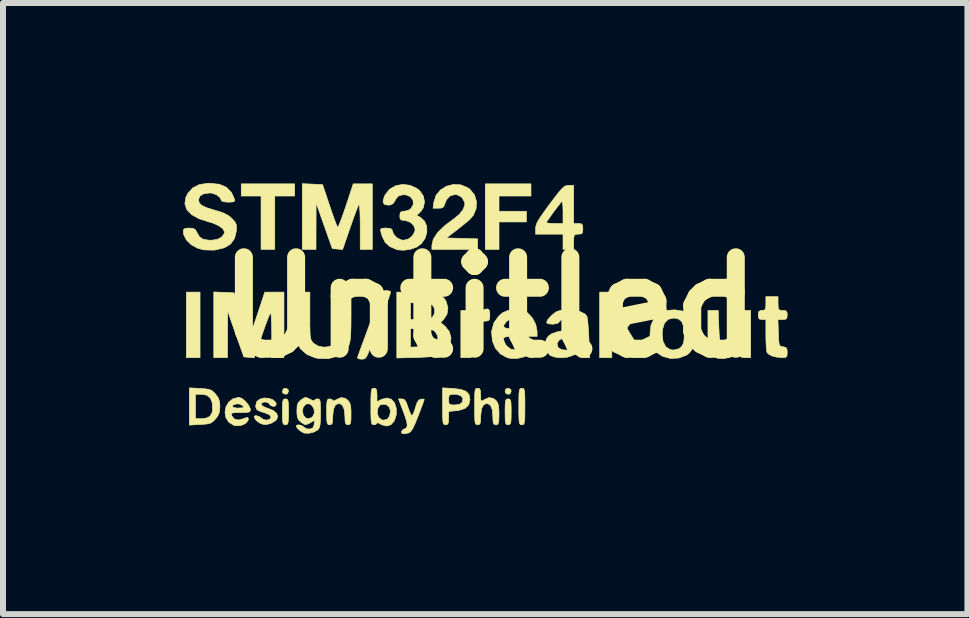
<source format=kicad_pcb>
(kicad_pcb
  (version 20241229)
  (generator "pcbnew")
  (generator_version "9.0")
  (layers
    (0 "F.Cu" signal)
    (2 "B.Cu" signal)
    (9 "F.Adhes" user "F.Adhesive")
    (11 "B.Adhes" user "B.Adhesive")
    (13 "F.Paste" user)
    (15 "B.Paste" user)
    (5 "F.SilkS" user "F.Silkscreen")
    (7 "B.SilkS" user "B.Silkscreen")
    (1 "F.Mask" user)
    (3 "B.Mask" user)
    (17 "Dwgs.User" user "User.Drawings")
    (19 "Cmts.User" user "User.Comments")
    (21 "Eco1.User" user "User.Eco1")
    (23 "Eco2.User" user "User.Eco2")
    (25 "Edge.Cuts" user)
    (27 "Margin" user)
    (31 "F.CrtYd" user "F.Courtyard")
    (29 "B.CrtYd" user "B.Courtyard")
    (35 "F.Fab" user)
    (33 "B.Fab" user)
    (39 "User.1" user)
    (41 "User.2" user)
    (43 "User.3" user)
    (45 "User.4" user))
  (footprint "Untitled"
    (layer "F.Cu")
    (at 5.116 2.074)
    (property "Reference" "Untitled" (at 0 0 0) (layer "F.SilkS") (effects (font (size 1.524 1.524) (thickness 0.3))))
    (attr through_hole)
    (fp_poly (pts (xy -4.831 0.839) (xy -5.06 0.839) (xy -5.06 -0.254) (xy -4.831 -0.254) (xy -4.831 0.839)) (stroke (width 0.01) (type solid)) (fill yes) (layer "F.SilkS"))
    (fp_poly (pts (xy -3.365 1.366) (xy -3.356 1.398) (xy -3.374 1.441) (xy -3.407 1.449) (xy -3.45 1.431) (xy -3.458 1.398) (xy -3.44 1.356) (xy -3.407 1.348) (xy -3.365 1.366)) (stroke (width 0.01) (type solid)) (fill yes) (layer "F.SilkS"))
    (fp_poly (pts (xy -3.254 -1.856) (xy -3.585 -1.856) (xy -3.585 -0.966) (xy -3.814 -0.966) (xy -3.814 -1.856) (xy -4.144 -1.856) (xy -4.144 -2.059) (xy -3.254 -2.059) (xy -3.254 -1.856)) (stroke (width 0.01) (type solid)) (fill yes) (layer "F.SilkS"))
    (fp_poly (pts (xy 0.348 1.366) (xy 0.356 1.398) (xy 0.338 1.441) (xy 0.305 1.449) (xy 0.263 1.431) (xy 0.254 1.398) (xy 0.272 1.356) (xy 0.305 1.348) (xy 0.348 1.366)) (stroke (width 0.01) (type solid)) (fill yes) (layer "F.SilkS"))
    (fp_poly (pts (xy 0.686 -1.856) (xy 0.153 -1.856) (xy 0.153 -1.602) (xy 0.61 -1.602) (xy 0.61 -1.424) (xy 0.153 -1.424) (xy 0.153 -0.966) (xy -0.076 -0.966) (xy -0.076 -2.059) (xy 0.686 -2.059) (xy 0.686 -1.856)) (stroke (width 0.01) (type solid)) (fill yes) (layer "F.SilkS"))
    (fp_poly (pts (xy -3.382 1.53) (xy -3.367 1.548) (xy -3.359 1.592) (xy -3.356 1.669) (xy -3.356 1.742) (xy -3.357 1.847) (xy -3.362 1.911) (xy -3.372 1.944) (xy -3.39 1.956) (xy -3.407 1.958) (xy -3.432 1.954) (xy -3.447 1.935) (xy -3.455 1.892) (xy -3.458 1.814) (xy -3.458 1.742) (xy -3.457 1.637) (xy -3.453 1.572) (xy -3.442 1.539) (xy -3.424 1.527) (xy -3.407 1.526) (xy -3.382 1.53)) (stroke (width 0.01) (type solid)) (fill yes) (layer "F.SilkS"))
    (fp_poly (pts (xy 0.33 1.53) (xy 0.345 1.548) (xy 0.353 1.592) (xy 0.356 1.669) (xy 0.356 1.742) (xy 0.355 1.847) (xy 0.351 1.911) (xy 0.34 1.944) (xy 0.322 1.956) (xy 0.305 1.958) (xy 0.28 1.954) (xy 0.265 1.935) (xy 0.257 1.892) (xy 0.255 1.814) (xy 0.254 1.742) (xy 0.255 1.637) (xy 0.26 1.572) (xy 0.27 1.539) (xy 0.288 1.527) (xy 0.305 1.526) (xy 0.33 1.53)) (stroke (width 0.01) (type solid)) (fill yes) (layer "F.SilkS"))
    (fp_poly (pts (xy 0.555 1.351) (xy 0.57 1.365) (xy 0.579 1.4) (xy 0.583 1.463) (xy 0.585 1.563) (xy 0.585 1.653) (xy 0.584 1.781) (xy 0.582 1.868) (xy 0.576 1.92) (xy 0.566 1.947) (xy 0.549 1.957) (xy 0.534 1.958) (xy 0.512 1.955) (xy 0.498 1.94) (xy 0.489 1.906) (xy 0.485 1.842) (xy 0.483 1.742) (xy 0.483 1.653) (xy 0.484 1.524) (xy 0.486 1.437) (xy 0.492 1.385) (xy 0.502 1.358) (xy 0.519 1.349) (xy 0.534 1.348) (xy 0.555 1.351)) (stroke (width 0.01) (type solid)) (fill yes) (layer "F.SilkS"))
    (fp_poly (pts (xy -0.013 0.04) (xy -0.001 0.092) (xy 0 0.127) (xy -0.003 0.192) (xy -0.019 0.221) (xy -0.062 0.229) (xy -0.085 0.229) (xy -0.178 0.252) (xy -0.228 0.291) (xy -0.256 0.328) (xy -0.275 0.374) (xy -0.288 0.441) (xy -0.296 0.542) (xy -0.299 0.596) (xy -0.312 0.839) (xy -0.483 0.839) (xy -0.483 0.051) (xy -0.394 0.051) (xy -0.334 0.055) (xy -0.31 0.077) (xy -0.305 0.119) (xy -0.305 0.187) (xy -0.248 0.135) (xy -0.161 0.069) (xy -0.078 0.031) (xy -0.04 0.025) (xy -0.013 0.04)) (stroke (width 0.01) (type solid)) (fill yes) (layer "F.SilkS"))
    (fp_poly (pts (xy -1.673 -0.273) (xy -1.653 -0.258) (xy -1.662 -0.225) (xy -1.689 -0.145) (xy -1.735 -0.019) (xy -1.798 0.153) (xy -1.879 0.371) (xy -1.977 0.633) (xy -1.999 0.693) (xy -2.035 0.782) (xy -2.062 0.834) (xy -2.09 0.858) (xy -2.127 0.864) (xy -2.141 0.864) (xy -2.196 0.856) (xy -2.206 0.833) (xy -2.194 0.8) (xy -2.168 0.728) (xy -2.129 0.622) (xy -2.08 0.49) (xy -2.025 0.339) (xy -1.996 0.261) (xy -1.931 0.087) (xy -1.882 -0.045) (xy -1.844 -0.141) (xy -1.814 -0.206) (xy -1.791 -0.247) (xy -1.771 -0.269) (xy -1.75 -0.278) (xy -1.727 -0.28) (xy -1.725 -0.28) (xy -1.673 -0.273)) (stroke (width 0.01) (type solid)) (fill yes) (layer "F.SilkS"))
    (fp_poly (pts (xy -4.828 1.352) (xy -4.73 1.36) (xy -4.667 1.372) (xy -4.622 1.396) (xy -4.58 1.437) (xy -4.574 1.444) (xy -4.526 1.509) (xy -4.504 1.578) (xy -4.5 1.653) (xy -4.507 1.743) (xy -4.533 1.808) (xy -4.574 1.861) (xy -4.617 1.905) (xy -4.66 1.931) (xy -4.72 1.945) (xy -4.812 1.952) (xy -4.828 1.953) (xy -5.009 1.963) (xy -5.009 1.449) (xy -4.907 1.449) (xy -4.907 1.856) (xy -4.807 1.856) (xy -4.729 1.846) (xy -4.671 1.82) (xy -4.667 1.816) (xy -4.632 1.758) (xy -4.623 1.721) (xy -4.627 1.596) (xy -4.659 1.511) (xy -4.722 1.463) (xy -4.809 1.449) (xy -4.907 1.449) (xy -5.009 1.449) (xy -5.009 1.342) (xy -4.828 1.352)) (stroke (width 0.01) (type solid)) (fill yes) (layer "F.SilkS"))
    (fp_poly (pts (xy -4.263 -0.242) (xy -4.146 0.106) (xy -4.104 0.231) (xy -4.066 0.339) (xy -4.036 0.42) (xy -4.017 0.465) (xy -4.013 0.47) (xy -4 0.453) (xy -3.975 0.396) (xy -3.94 0.305) (xy -3.899 0.19) (xy -3.874 0.116) (xy -3.752 -0.254) (xy -3.432 -0.254) (xy -3.432 0.839) (xy -3.636 0.839) (xy -3.636 0.453) (xy -3.637 0.32) (xy -3.641 0.21) (xy -3.646 0.132) (xy -3.653 0.093) (xy -3.657 0.09) (xy -3.673 0.122) (xy -3.701 0.192) (xy -3.739 0.293) (xy -3.782 0.415) (xy -3.804 0.478) (xy -3.928 0.841) (xy -4.014 0.834) (xy -4.101 0.826) (xy -4.236 0.445) (xy -4.37 0.064) (xy -4.372 0.451) (xy -4.373 0.839) (xy -4.602 0.839) (xy -4.602 -0.257) (xy -4.263 -0.242)) (stroke (width 0.01) (type solid)) (fill yes) (layer "F.SilkS"))
    (fp_poly (pts (xy -2.788 -2.047) (xy -2.672 -1.699) (xy -2.629 -1.574) (xy -2.591 -1.466) (xy -2.561 -1.386) (xy -2.542 -1.341) (xy -2.539 -1.335) (xy -2.525 -1.352) (xy -2.5 -1.409) (xy -2.465 -1.5) (xy -2.424 -1.616) (xy -2.399 -1.689) (xy -2.277 -2.059) (xy -1.958 -2.059) (xy -1.958 -0.966) (xy -2.161 -0.966) (xy -2.161 -1.353) (xy -2.162 -1.486) (xy -2.166 -1.595) (xy -2.172 -1.673) (xy -2.179 -1.713) (xy -2.183 -1.715) (xy -2.198 -1.683) (xy -2.226 -1.613) (xy -2.264 -1.512) (xy -2.307 -1.39) (xy -2.329 -1.327) (xy -2.454 -0.964) (xy -2.54 -0.972) (xy -2.626 -0.979) (xy -2.761 -1.36) (xy -2.896 -1.742) (xy -2.897 -1.354) (xy -2.898 -0.966) (xy -3.127 -0.966) (xy -3.127 -2.062) (xy -2.788 -2.047)) (stroke (width 0.01) (type solid)) (fill yes) (layer "F.SilkS"))
    (fp_poly (pts (xy -1.429 1.534) (xy -1.401 1.567) (xy -1.374 1.635) (xy -1.364 1.665) (xy -1.337 1.741) (xy -1.312 1.791) (xy -1.299 1.805) (xy -1.281 1.783) (xy -1.257 1.725) (xy -1.241 1.672) (xy -1.213 1.589) (xy -1.183 1.545) (xy -1.149 1.53) (xy -1.105 1.529) (xy -1.093 1.535) (xy -1.102 1.563) (xy -1.125 1.628) (xy -1.16 1.72) (xy -1.196 1.814) (xy -1.246 1.938) (xy -1.285 2.02) (xy -1.318 2.069) (xy -1.348 2.092) (xy -1.355 2.094) (xy -1.43 2.109) (xy -1.467 2.099) (xy -1.475 2.075) (xy -1.453 2.042) (xy -1.421 2.026) (xy -1.389 2.008) (xy -1.377 1.972) (xy -1.385 1.911) (xy -1.413 1.817) (xy -1.457 1.697) (xy -1.523 1.526) (xy -1.465 1.526) (xy -1.429 1.534)) (stroke (width 0.01) (type solid)) (fill yes) (layer "F.SilkS"))
    (fp_poly (pts (xy 3.818 0.327) (xy 3.825 0.47) (xy 3.838 0.57) (xy 3.86 0.635) (xy 3.894 0.67) (xy 3.944 0.685) (xy 3.981 0.686) (xy 4.046 0.678) (xy 4.091 0.65) (xy 4.121 0.593) (xy 4.138 0.502) (xy 4.144 0.37) (xy 4.144 0.312) (xy 4.144 0.051) (xy 4.348 0.051) (xy 4.348 0.839) (xy 4.259 0.839) (xy 4.197 0.833) (xy 4.173 0.811) (xy 4.17 0.788) (xy 4.162 0.746) (xy 4.136 0.744) (xy 4.086 0.784) (xy 4.08 0.789) (xy 4.003 0.833) (xy 3.9 0.854) (xy 3.795 0.848) (xy 3.739 0.82) (xy 3.687 0.77) (xy 3.666 0.738) (xy 3.651 0.698) (xy 3.642 0.641) (xy 3.638 0.557) (xy 3.636 0.435) (xy 3.636 0.378) (xy 3.636 0.051) (xy 3.808 0.051) (xy 3.818 0.327)) (stroke (width 0.01) (type solid)) (fill yes) (layer "F.SilkS"))
    (fp_poly (pts (xy 2.034 0.342) (xy 2.181 0.196) (xy 2.257 0.123) (xy 2.313 0.08) (xy 2.36 0.058) (xy 2.414 0.051) (xy 2.441 0.051) (xy 2.554 0.051) (xy 2.421 0.185) (xy 2.357 0.253) (xy 2.31 0.309) (xy 2.289 0.342) (xy 2.288 0.344) (xy 2.302 0.374) (xy 2.338 0.436) (xy 2.391 0.521) (xy 2.441 0.597) (xy 2.593 0.826) (xy 2.473 0.834) (xy 2.401 0.835) (xy 2.354 0.828) (xy 2.345 0.822) (xy 2.329 0.791) (xy 2.292 0.731) (xy 2.243 0.652) (xy 2.235 0.64) (xy 2.182 0.559) (xy 2.147 0.514) (xy 2.123 0.5) (xy 2.099 0.509) (xy 2.083 0.523) (xy 2.051 0.569) (xy 2.036 0.64) (xy 2.034 0.703) (xy 2.034 0.839) (xy 1.831 0.839) (xy 1.831 -0.254) (xy 2.034 -0.254) (xy 2.034 0.342)) (stroke (width 0.01) (type solid)) (fill yes) (layer "F.SilkS"))
    (fp_poly (pts (xy -0.487 -2.043) (xy -0.373 -1.997) (xy -0.329 -1.966) (xy -0.255 -1.873) (xy -0.222 -1.762) (xy -0.229 -1.645) (xy -0.275 -1.535) (xy -0.338 -1.462) (xy -0.404 -1.407) (xy -0.491 -1.337) (xy -0.575 -1.271) (xy -0.725 -1.157) (xy -0.464 -1.15) (xy -0.203 -1.142) (xy -0.203 -0.966) (xy -0.966 -0.966) (xy -0.966 -1.031) (xy -0.942 -1.137) (xy -0.869 -1.249) (xy -0.747 -1.366) (xy -0.604 -1.472) (xy -0.507 -1.552) (xy -0.442 -1.636) (xy -0.416 -1.715) (xy -0.42 -1.755) (xy -0.468 -1.836) (xy -0.544 -1.877) (xy -0.583 -1.881) (xy -0.664 -1.858) (xy -0.724 -1.792) (xy -0.751 -1.723) (xy -0.771 -1.675) (xy -0.81 -1.655) (xy -0.858 -1.653) (xy -0.947 -1.653) (xy -0.933 -1.757) (xy -0.895 -1.871) (xy -0.821 -1.959) (xy -0.722 -2.02) (xy -0.607 -2.049) (xy -0.487 -2.043)) (stroke (width 0.01) (type solid)) (fill yes) (layer "F.SilkS"))
    (fp_poly (pts (xy -0.612 1.352) (xy -0.482 1.368) (xy -0.395 1.401) (xy -0.346 1.455) (xy -0.331 1.534) (xy -0.331 1.538) (xy -0.351 1.625) (xy -0.412 1.684) (xy -0.517 1.718) (xy -0.559 1.723) (xy -0.686 1.735) (xy -0.686 1.847) (xy -0.69 1.917) (xy -0.705 1.95) (xy -0.736 1.958) (xy -0.737 1.958) (xy -0.759 1.955) (xy -0.773 1.94) (xy -0.782 1.906) (xy -0.786 1.843) (xy -0.788 1.744) (xy -0.788 1.65) (xy -0.788 1.538) (xy -0.686 1.538) (xy -0.683 1.595) (xy -0.664 1.621) (xy -0.614 1.627) (xy -0.586 1.627) (xy -0.505 1.617) (xy -0.462 1.584) (xy -0.461 1.582) (xy -0.448 1.52) (xy -0.48 1.475) (xy -0.551 1.451) (xy -0.586 1.449) (xy -0.651 1.452) (xy -0.679 1.469) (xy -0.686 1.514) (xy -0.686 1.538) (xy -0.788 1.538) (xy -0.788 1.342) (xy -0.612 1.352)) (stroke (width 0.01) (type solid)) (fill yes) (layer "F.SilkS"))
    (fp_poly (pts (xy -2.409 1.517) (xy -2.365 1.551) (xy -2.336 1.59) (xy -2.32 1.644) (xy -2.314 1.728) (xy -2.314 1.78) (xy -2.315 1.873) (xy -2.321 1.927) (xy -2.335 1.951) (xy -2.361 1.958) (xy -2.365 1.958) (xy -2.395 1.951) (xy -2.41 1.923) (xy -2.415 1.861) (xy -2.415 1.829) (xy -2.426 1.707) (xy -2.457 1.632) (xy -2.508 1.602) (xy -2.517 1.602) (xy -2.572 1.625) (xy -2.605 1.694) (xy -2.619 1.809) (xy -2.619 1.829) (xy -2.621 1.906) (xy -2.633 1.944) (xy -2.657 1.957) (xy -2.67 1.958) (xy -2.694 1.954) (xy -2.709 1.935) (xy -2.717 1.892) (xy -2.72 1.814) (xy -2.721 1.742) (xy -2.72 1.637) (xy -2.715 1.572) (xy -2.705 1.539) (xy -2.687 1.527) (xy -2.67 1.526) (xy -2.628 1.537) (xy -2.619 1.552) (xy -2.602 1.56) (xy -2.562 1.54) (xy -2.481 1.504) (xy -2.409 1.517)) (stroke (width 0.01) (type solid)) (fill yes) (layer "F.SilkS"))
    (fp_poly (pts (xy 3.208 0.061) (xy 3.274 0.089) (xy 3.354 0.162) (xy 3.417 0.268) (xy 3.453 0.386) (xy 3.458 0.445) (xy 3.44 0.558) (xy 3.394 0.669) (xy 3.329 0.758) (xy 3.283 0.795) (xy 3.151 0.845) (xy 3.01 0.852) (xy 2.88 0.816) (xy 2.773 0.746) (xy 2.706 0.65) (xy 2.674 0.522) (xy 2.67 0.445) (xy 2.873 0.445) (xy 2.888 0.57) (xy 2.933 0.657) (xy 3.006 0.704) (xy 3.062 0.712) (xy 3.15 0.691) (xy 3.193 0.658) (xy 3.223 0.61) (xy 3.238 0.54) (xy 3.242 0.445) (xy 3.231 0.319) (xy 3.198 0.236) (xy 3.138 0.19) (xy 3.062 0.178) (xy 2.973 0.2) (xy 2.912 0.263) (xy 2.879 0.366) (xy 2.873 0.445) (xy 2.67 0.445) (xy 2.687 0.296) (xy 2.738 0.183) (xy 2.826 0.101) (xy 2.853 0.085) (xy 2.962 0.05) (xy 3.088 0.042) (xy 3.208 0.061)) (stroke (width 0.01) (type solid)) (fill yes) (layer "F.SilkS"))
    (fp_poly (pts (xy -3 0.141) (xy -3 0.291) (xy -2.998 0.399) (xy -2.994 0.473) (xy -2.986 0.523) (xy -2.973 0.556) (xy -2.954 0.582) (xy -2.938 0.599) (xy -2.861 0.646) (xy -2.765 0.664) (xy -2.67 0.653) (xy -2.595 0.612) (xy -2.593 0.61) (xy -2.574 0.587) (xy -2.561 0.557) (xy -2.551 0.512) (xy -2.546 0.443) (xy -2.543 0.342) (xy -2.543 0.201) (xy -2.543 0.153) (xy -2.543 -0.254) (xy -2.314 -0.254) (xy -2.314 0.154) (xy -2.315 0.328) (xy -2.32 0.457) (xy -2.328 0.548) (xy -2.341 0.608) (xy -2.349 0.631) (xy -2.435 0.743) (xy -2.551 0.818) (xy -2.693 0.856) (xy -2.854 0.852) (xy -2.917 0.84) (xy -3.05 0.785) (xy -3.152 0.695) (xy -3.171 0.668) (xy -3.189 0.634) (xy -3.202 0.587) (xy -3.211 0.519) (xy -3.218 0.421) (xy -3.223 0.286) (xy -3.225 0.173) (xy -3.234 -0.254) (xy -3 -0.254) (xy -3 0.141)) (stroke (width 0.01) (type solid)) (fill yes) (layer "F.SilkS"))
    (fp_poly (pts (xy -3.683 1.516) (xy -3.613 1.543) (xy -3.568 1.586) (xy -3.56 1.618) (xy -3.578 1.646) (xy -3.619 1.651) (xy -3.658 1.633) (xy -3.67 1.615) (xy -3.701 1.586) (xy -3.75 1.577) (xy -3.795 1.586) (xy -3.814 1.614) (xy -3.791 1.644) (xy -3.731 1.673) (xy -3.713 1.678) (xy -3.612 1.718) (xy -3.552 1.77) (xy -3.535 1.827) (xy -3.562 1.881) (xy -3.636 1.928) (xy -3.644 1.931) (xy -3.719 1.953) (xy -3.779 1.95) (xy -3.831 1.932) (xy -3.888 1.892) (xy -3.915 1.857) (xy -3.93 1.818) (xy -3.909 1.806) (xy -3.894 1.805) (xy -3.837 1.824) (xy -3.814 1.843) (xy -3.765 1.874) (xy -3.706 1.879) (xy -3.661 1.857) (xy -3.652 1.843) (xy -3.652 1.814) (xy -3.68 1.788) (xy -3.745 1.761) (xy -3.827 1.735) (xy -3.882 1.708) (xy -3.902 1.663) (xy -3.903 1.639) (xy -3.885 1.57) (xy -3.839 1.532) (xy -3.764 1.511) (xy -3.683 1.516)) (stroke (width 0.01) (type solid)) (fill yes) (layer "F.SilkS"))
    (fp_poly (pts (xy -4.13 1.52) (xy -4.073 1.568) (xy -4.023 1.629) (xy -3.994 1.687) (xy -3.992 1.702) (xy -3.996 1.73) (xy -4.018 1.746) (xy -4.068 1.753) (xy -4.156 1.754) (xy -4.244 1.755) (xy -4.292 1.761) (xy -4.308 1.775) (xy -4.303 1.801) (xy -4.3 1.812) (xy -4.258 1.862) (xy -4.189 1.878) (xy -4.109 1.857) (xy -4.102 1.854) (xy -4.046 1.834) (xy -4.024 1.85) (xy -4.031 1.887) (xy -4.075 1.938) (xy -4.148 1.969) (xy -4.231 1.975) (xy -4.271 1.965) (xy -4.354 1.913) (xy -4.401 1.837) (xy -4.415 1.749) (xy -4.399 1.66) (xy -4.391 1.646) (xy -4.291 1.646) (xy -4.279 1.668) (xy -4.222 1.678) (xy -4.194 1.678) (xy -4.129 1.676) (xy -4.106 1.666) (xy -4.116 1.644) (xy -4.12 1.639) (xy -4.166 1.613) (xy -4.225 1.609) (xy -4.275 1.626) (xy -4.291 1.646) (xy -4.391 1.646) (xy -4.354 1.582) (xy -4.284 1.525) (xy -4.189 1.5) (xy -4.179 1.5) (xy -4.13 1.52)) (stroke (width 0.01) (type solid)) (fill yes) (layer "F.SilkS"))
    (fp_poly (pts (xy -1.9 1.355) (xy -1.885 1.387) (xy -1.881 1.455) (xy -1.881 1.46) (xy -1.881 1.572) (xy -1.803 1.533) (xy -1.715 1.511) (xy -1.641 1.533) (xy -1.588 1.593) (xy -1.559 1.685) (xy -1.56 1.792) (xy -1.591 1.891) (xy -1.647 1.955) (xy -1.72 1.979) (xy -1.802 1.958) (xy -1.825 1.944) (xy -1.866 1.923) (xy -1.881 1.931) (xy -1.903 1.953) (xy -1.932 1.958) (xy -1.954 1.955) (xy -1.968 1.94) (xy -1.977 1.906) (xy -1.981 1.842) (xy -1.983 1.765) (xy -1.877 1.765) (xy -1.853 1.834) (xy -1.802 1.875) (xy -1.767 1.881) (xy -1.705 1.861) (xy -1.673 1.817) (xy -1.655 1.735) (xy -1.674 1.666) (xy -1.723 1.623) (xy -1.767 1.615) (xy -1.828 1.626) (xy -1.862 1.671) (xy -1.866 1.683) (xy -1.877 1.765) (xy -1.983 1.765) (xy -1.983 1.742) (xy -1.983 1.653) (xy -1.983 1.524) (xy -1.98 1.437) (xy -1.974 1.385) (xy -1.964 1.358) (xy -1.947 1.349) (xy -1.932 1.348) (xy -1.9 1.355)) (stroke (width 0.01) (type solid)) (fill yes) (layer "F.SilkS"))
    (fp_poly (pts (xy -0.172 1.355) (xy -0.157 1.386) (xy -0.153 1.453) (xy -0.153 1.463) (xy -0.151 1.533) (xy -0.143 1.561) (xy -0.121 1.557) (xy -0.096 1.54) (xy -0.015 1.504) (xy 0.057 1.517) (xy 0.102 1.551) (xy 0.13 1.59) (xy 0.146 1.644) (xy 0.152 1.728) (xy 0.153 1.78) (xy 0.151 1.873) (xy 0.145 1.927) (xy 0.131 1.951) (xy 0.106 1.958) (xy 0.102 1.958) (xy 0.071 1.951) (xy 0.056 1.923) (xy 0.051 1.861) (xy 0.051 1.829) (xy 0.041 1.707) (xy 0.01 1.632) (xy -0.042 1.602) (xy -0.051 1.602) (xy -0.105 1.625) (xy -0.139 1.694) (xy -0.152 1.809) (xy -0.153 1.829) (xy -0.155 1.906) (xy -0.166 1.944) (xy -0.191 1.957) (xy -0.203 1.958) (xy -0.225 1.955) (xy -0.239 1.94) (xy -0.248 1.906) (xy -0.252 1.842) (xy -0.254 1.742) (xy -0.254 1.653) (xy -0.254 1.524) (xy -0.251 1.437) (xy -0.246 1.385) (xy -0.235 1.358) (xy -0.218 1.349) (xy -0.203 1.348) (xy -0.172 1.355)) (stroke (width 0.01) (type solid)) (fill yes) (layer "F.SilkS"))
    (fp_poly (pts (xy 4.805 -0.064) (xy 4.808 0.007) (xy 4.82 0.04) (xy 4.853 0.05) (xy 4.882 0.051) (xy 4.936 0.057) (xy 4.956 0.087) (xy 4.958 0.127) (xy 4.952 0.181) (xy 4.922 0.201) (xy 4.881 0.203) (xy 4.803 0.203) (xy 4.811 0.426) (xy 4.815 0.532) (xy 4.821 0.598) (xy 4.832 0.634) (xy 4.852 0.65) (xy 4.884 0.656) (xy 4.888 0.656) (xy 4.936 0.669) (xy 4.955 0.702) (xy 4.958 0.752) (xy 4.954 0.809) (xy 4.934 0.833) (xy 4.881 0.838) (xy 4.863 0.837) (xy 4.78 0.829) (xy 4.709 0.812) (xy 4.704 0.811) (xy 4.65 0.781) (xy 4.622 0.755) (xy 4.614 0.718) (xy 4.607 0.642) (xy 4.603 0.541) (xy 4.602 0.464) (xy 4.602 0.203) (xy 4.538 0.203) (xy 4.493 0.195) (xy 4.476 0.16) (xy 4.475 0.127) (xy 4.482 0.073) (xy 4.511 0.053) (xy 4.538 0.051) (xy 4.578 0.046) (xy 4.596 0.023) (xy 4.602 -0.033) (xy 4.602 -0.064) (xy 4.602 -0.178) (xy 4.805 -0.178) (xy 4.805 -0.064)) (stroke (width 0.01) (type solid)) (fill yes) (layer "F.SilkS"))
    (fp_poly (pts (xy 1.398 -1.398) (xy 1.475 -1.398) (xy 1.526 -1.393) (xy 1.547 -1.368) (xy 1.551 -1.309) (xy 1.547 -1.25) (xy 1.525 -1.225) (xy 1.475 -1.22) (xy 1.43 -1.218) (xy 1.407 -1.201) (xy 1.399 -1.156) (xy 1.398 -1.093) (xy 1.398 -0.966) (xy 1.22 -0.966) (xy 1.22 -1.22) (xy 0.763 -1.22) (xy 0.763 -1.313) (xy 0.768 -1.356) (xy 0.785 -1.405) (xy 0.789 -1.413) (xy 0.941 -1.413) (xy 0.964 -1.405) (xy 1.023 -1.4) (xy 1.081 -1.398) (xy 1.22 -1.398) (xy 1.22 -1.594) (xy 1.218 -1.683) (xy 1.211 -1.744) (xy 1.202 -1.767) (xy 1.199 -1.766) (xy 1.163 -1.721) (xy 1.112 -1.656) (xy 1.056 -1.581) (xy 1.004 -1.508) (xy 0.963 -1.449) (xy 0.942 -1.416) (xy 0.941 -1.413) (xy 0.789 -1.413) (xy 0.819 -1.467) (xy 0.875 -1.551) (xy 0.956 -1.664) (xy 0.997 -1.72) (xy 1.088 -1.84) (xy 1.154 -1.925) (xy 1.204 -1.981) (xy 1.241 -2.014) (xy 1.274 -2.029) (xy 1.307 -2.034) (xy 1.315 -2.034) (xy 1.398 -2.034) (xy 1.398 -1.398)) (stroke (width 0.01) (type solid)) (fill yes) (layer "F.SilkS"))
    (fp_poly (pts (xy 0.524 0.049) (xy 0.617 0.084) (xy 0.629 0.092) (xy 0.71 0.177) (xy 0.767 0.288) (xy 0.788 0.4) (xy 0.788 0.483) (xy 0.509 0.483) (xy 0.386 0.484) (xy 0.305 0.487) (xy 0.258 0.494) (xy 0.236 0.506) (xy 0.229 0.525) (xy 0.229 0.531) (xy 0.244 0.583) (xy 0.28 0.644) (xy 0.282 0.645) (xy 0.353 0.698) (xy 0.442 0.711) (xy 0.533 0.683) (xy 0.566 0.661) (xy 0.639 0.624) (xy 0.71 0.61) (xy 0.789 0.61) (xy 0.75 0.686) (xy 0.683 0.765) (xy 0.583 0.822) (xy 0.463 0.851) (xy 0.34 0.85) (xy 0.29 0.838) (xy 0.179 0.779) (xy 0.095 0.684) (xy 0.043 0.561) (xy 0.03 0.421) (xy 0.032 0.388) (xy 0.05 0.325) (xy 0.231 0.325) (xy 0.266 0.346) (xy 0.347 0.355) (xy 0.407 0.356) (xy 0.509 0.353) (xy 0.566 0.342) (xy 0.585 0.324) (xy 0.585 0.323) (xy 0.563 0.253) (xy 0.508 0.203) (xy 0.434 0.18) (xy 0.355 0.187) (xy 0.285 0.229) (xy 0.281 0.234) (xy 0.237 0.289) (xy 0.231 0.325) (xy 0.05 0.325) (xy 0.068 0.257) (xy 0.147 0.147) (xy 0.212 0.091) (xy 0.3 0.052) (xy 0.411 0.038) (xy 0.524 0.049)) (stroke (width 0.01) (type solid)) (fill yes) (layer "F.SilkS"))
    (fp_poly (pts (xy -1.252 -0.253) (xy -1.082 -0.249) (xy -0.955 -0.238) (xy -0.862 -0.217) (xy -0.797 -0.184) (xy -0.751 -0.137) (xy -0.73 -0.102) (xy -0.698 0.009) (xy -0.714 0.115) (xy -0.766 0.195) (xy -0.82 0.252) (xy -0.744 0.317) (xy -0.675 0.404) (xy -0.647 0.507) (xy -0.658 0.612) (xy -0.707 0.708) (xy -0.792 0.779) (xy -0.793 0.779) (xy -0.843 0.8) (xy -0.911 0.815) (xy -1.006 0.825) (xy -1.139 0.832) (xy -1.214 0.835) (xy -1.551 0.844) (xy -1.551 0.663) (xy -1.322 0.663) (xy -1.126 0.656) (xy -1.026 0.651) (xy -0.964 0.642) (xy -0.927 0.626) (xy -0.902 0.597) (xy -0.891 0.578) (xy -0.866 0.523) (xy -0.871 0.478) (xy -0.891 0.439) (xy -0.914 0.403) (xy -0.944 0.381) (xy -0.992 0.37) (xy -1.073 0.363) (xy -1.126 0.361) (xy -1.322 0.354) (xy -1.322 0.663) (xy -1.551 0.663) (xy -1.551 -0.076) (xy -1.322 -0.076) (xy -1.322 0.203) (xy -1.159 0.203) (xy -1.048 0.198) (xy -0.978 0.179) (xy -0.955 0.163) (xy -0.92 0.097) (xy -0.923 0.019) (xy -0.955 -0.036) (xy -1.004 -0.062) (xy -1.091 -0.075) (xy -1.159 -0.076) (xy -1.322 -0.076) (xy -1.551 -0.076) (xy -1.551 -0.254) (xy -1.252 -0.253)) (stroke (width 0.01) (type solid)) (fill yes) (layer "F.SilkS"))
    (fp_poly (pts (xy -3.004 1.528) (xy -2.999 1.531) (xy -2.949 1.553) (xy -2.925 1.553) (xy -2.924 1.55) (xy -2.903 1.53) (xy -2.873 1.526) (xy -2.849 1.529) (xy -2.834 1.547) (xy -2.826 1.587) (xy -2.823 1.661) (xy -2.822 1.763) (xy -2.824 1.88) (xy -2.83 1.958) (xy -2.842 2.006) (xy -2.863 2.037) (xy -2.868 2.043) (xy -2.936 2.08) (xy -3.021 2.1) (xy -3.095 2.096) (xy -3.102 2.093) (xy -3.155 2.063) (xy -3.203 2.021) (xy -3.228 1.984) (xy -3.229 1.979) (xy -3.21 1.96) (xy -3.167 1.961) (xy -3.12 1.98) (xy -3.101 1.997) (xy -3.052 2.025) (xy -3.002 2.029) (xy -2.95 2.01) (xy -2.929 1.958) (xy -2.929 1.952) (xy -2.921 1.882) (xy -2.997 1.926) (xy -3.052 1.953) (xy -3.09 1.952) (xy -3.139 1.921) (xy -3.145 1.917) (xy -3.188 1.878) (xy -3.209 1.833) (xy -3.216 1.762) (xy -3.216 1.732) (xy -3.124 1.732) (xy -3.109 1.796) (xy -3.071 1.843) (xy -3.026 1.856) (xy -2.972 1.838) (xy -2.951 1.819) (xy -2.925 1.76) (xy -2.931 1.696) (xy -2.96 1.642) (xy -3.005 1.609) (xy -3.059 1.611) (xy -3.07 1.617) (xy -3.112 1.667) (xy -3.124 1.732) (xy -3.216 1.732) (xy -3.216 1.729) (xy -3.213 1.646) (xy -3.197 1.594) (xy -3.163 1.555) (xy -3.145 1.541) (xy -3.094 1.507) (xy -3.055 1.504) (xy -3.004 1.528)) (stroke (width 0.01) (type solid)) (fill yes) (layer "F.SilkS"))
    (fp_poly (pts (xy -1.331 -2.035) (xy -1.217 -1.983) (xy -1.166 -1.941) (xy -1.108 -1.856) (xy -1.089 -1.758) (xy -1.108 -1.662) (xy -1.156 -1.592) (xy -1.219 -1.533) (xy -1.159 -1.501) (xy -1.088 -1.438) (xy -1.052 -1.351) (xy -1.049 -1.251) (xy -1.079 -1.152) (xy -1.139 -1.065) (xy -1.217 -1.006) (xy -1.32 -0.969) (xy -1.435 -0.952) (xy -1.536 -0.959) (xy -1.552 -0.964) (xy -1.668 -1.014) (xy -1.745 -1.084) (xy -1.796 -1.187) (xy -1.815 -1.252) (xy -1.822 -1.297) (xy -1.807 -1.317) (xy -1.758 -1.322) (xy -1.729 -1.322) (xy -1.655 -1.315) (xy -1.628 -1.291) (xy -1.627 -1.287) (xy -1.605 -1.221) (xy -1.549 -1.161) (xy -1.475 -1.124) (xy -1.437 -1.119) (xy -1.356 -1.14) (xy -1.288 -1.195) (xy -1.25 -1.269) (xy -1.246 -1.3) (xy -1.268 -1.365) (xy -1.325 -1.418) (xy -1.4 -1.447) (xy -1.424 -1.449) (xy -1.478 -1.456) (xy -1.498 -1.485) (xy -1.5 -1.526) (xy -1.494 -1.58) (xy -1.464 -1.6) (xy -1.428 -1.602) (xy -1.359 -1.618) (xy -1.313 -1.648) (xy -1.275 -1.719) (xy -1.281 -1.788) (xy -1.323 -1.843) (xy -1.395 -1.875) (xy -1.453 -1.877) (xy -1.52 -1.859) (xy -1.563 -1.812) (xy -1.576 -1.787) (xy -1.613 -1.729) (xy -1.66 -1.707) (xy -1.697 -1.704) (xy -1.759 -1.717) (xy -1.781 -1.759) (xy -1.765 -1.831) (xy -1.743 -1.879) (xy -1.67 -1.97) (xy -1.569 -2.028) (xy -1.452 -2.05) (xy -1.331 -2.035)) (stroke (width 0.01) (type solid)) (fill yes) (layer "F.SilkS"))
    (fp_poly (pts (xy -4.509 -2.052) (xy -4.39 -2.001) (xy -4.306 -1.914) (xy -4.26 -1.812) (xy -4.253 -1.777) (xy -4.27 -1.76) (xy -4.32 -1.755) (xy -4.359 -1.754) (xy -4.428 -1.759) (xy -4.469 -1.772) (xy -4.475 -1.78) (xy -4.497 -1.83) (xy -4.554 -1.875) (xy -4.627 -1.903) (xy -4.667 -1.907) (xy -4.772 -1.893) (xy -4.836 -1.854) (xy -4.856 -1.792) (xy -4.845 -1.743) (xy -4.805 -1.702) (xy -4.731 -1.665) (xy -4.615 -1.628) (xy -4.564 -1.614) (xy -4.441 -1.574) (xy -4.351 -1.526) (xy -4.3 -1.482) (xy -4.249 -1.426) (xy -4.226 -1.378) (xy -4.223 -1.314) (xy -4.226 -1.27) (xy -4.257 -1.147) (xy -4.322 -1.055) (xy -4.426 -0.993) (xy -4.571 -0.958) (xy -4.606 -0.954) (xy -4.765 -0.958) (xy -4.868 -0.985) (xy -4.975 -1.042) (xy -5.057 -1.121) (xy -5.104 -1.213) (xy -5.111 -1.262) (xy -5.104 -1.301) (xy -5.075 -1.318) (xy -5.012 -1.322) (xy -4.944 -1.316) (xy -4.906 -1.292) (xy -4.881 -1.245) (xy -4.84 -1.175) (xy -4.779 -1.135) (xy -4.686 -1.12) (xy -4.642 -1.119) (xy -4.544 -1.133) (xy -4.469 -1.173) (xy -4.428 -1.23) (xy -4.424 -1.257) (xy -4.447 -1.306) (xy -4.511 -1.356) (xy -4.603 -1.4) (xy -4.685 -1.425) (xy -4.851 -1.478) (xy -4.973 -1.547) (xy -5.052 -1.631) (xy -5.084 -1.727) (xy -5.068 -1.833) (xy -5.035 -1.899) (xy -4.953 -1.992) (xy -4.84 -2.048) (xy -4.693 -2.069) (xy -4.666 -2.069) (xy -4.509 -2.052)) (stroke (width 0.01) (type solid)) (fill yes) (layer "F.SilkS"))
    (fp_poly (pts (xy 1.38 0.049) (xy 1.507 0.071) (xy 1.589 0.112) (xy 1.618 0.149) (xy 1.627 0.189) (xy 1.636 0.269) (xy 1.644 0.378) (xy 1.651 0.503) (xy 1.652 0.515) (xy 1.665 0.839) (xy 1.569 0.839) (xy 1.496 0.83) (xy 1.46 0.804) (xy 1.459 0.803) (xy 1.443 0.781) (xy 1.41 0.787) (xy 1.378 0.803) (xy 1.292 0.831) (xy 1.191 0.84) (xy 1.092 0.831) (xy 1.015 0.805) (xy 0.992 0.789) (xy 0.935 0.699) (xy 0.924 0.599) (xy 1.121 0.599) (xy 1.133 0.658) (xy 1.145 0.675) (xy 1.2 0.706) (xy 1.277 0.713) (xy 1.353 0.696) (xy 1.408 0.658) (xy 1.41 0.655) (xy 1.44 0.586) (xy 1.449 0.527) (xy 1.446 0.481) (xy 1.426 0.464) (xy 1.374 0.469) (xy 1.354 0.472) (xy 1.234 0.504) (xy 1.155 0.547) (xy 1.121 0.599) (xy 0.924 0.599) (xy 0.924 0.597) (xy 0.94 0.536) (xy 0.974 0.481) (xy 1.031 0.44) (xy 1.12 0.409) (xy 1.25 0.383) (xy 1.257 0.382) (xy 1.361 0.358) (xy 1.423 0.326) (xy 1.447 0.282) (xy 1.449 0.266) (xy 1.428 0.219) (xy 1.374 0.189) (xy 1.304 0.176) (xy 1.235 0.183) (xy 1.181 0.213) (xy 1.17 0.229) (xy 1.133 0.265) (xy 1.067 0.279) (xy 1.042 0.28) (xy 0.972 0.274) (xy 0.946 0.252) (xy 0.962 0.21) (xy 1.02 0.144) (xy 1.027 0.137) (xy 1.102 0.076) (xy 1.176 0.05) (xy 1.212 0.047) (xy 1.38 0.049)) (stroke (width 0.01) (type solid)) (fill yes) (layer "F.SilkS")))
  (gr_rect
    (start -3 -3)
    (end 13.078 7.188)
    (stroke (width 0.1) (type default))
    (fill no)
    (layer "Edge.Cuts")))
</source>
